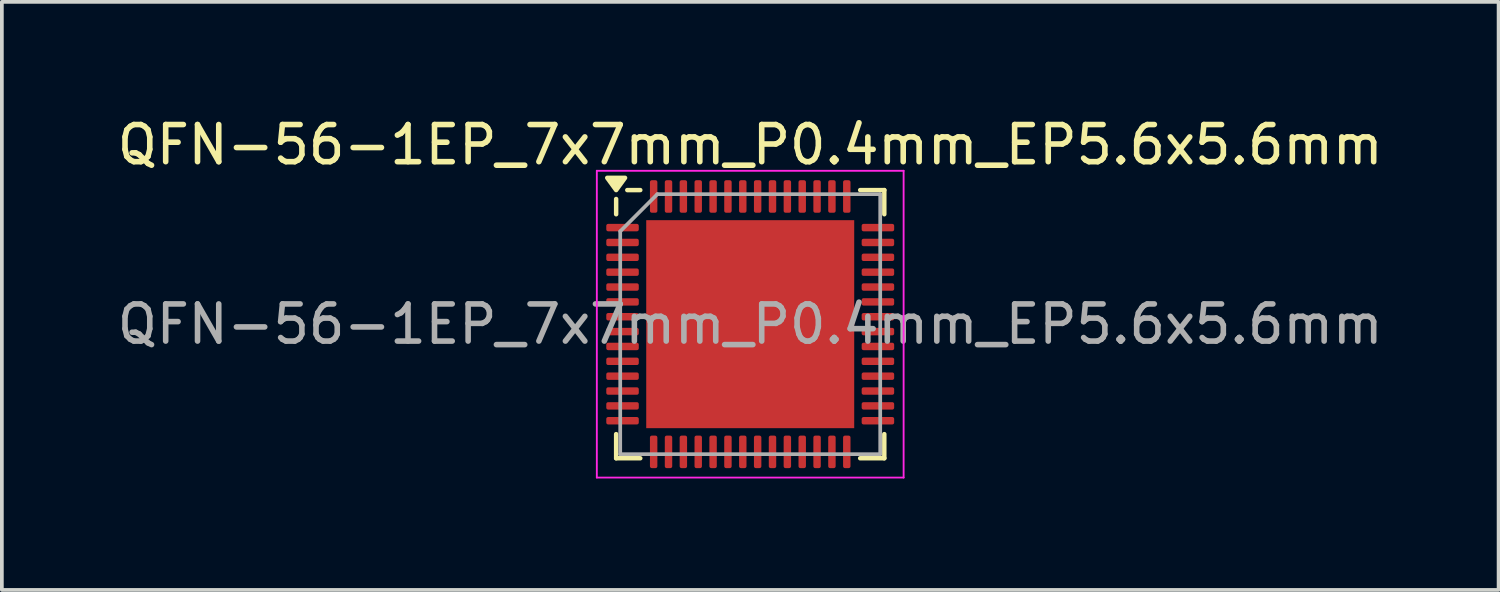
<source format=kicad_pcb>
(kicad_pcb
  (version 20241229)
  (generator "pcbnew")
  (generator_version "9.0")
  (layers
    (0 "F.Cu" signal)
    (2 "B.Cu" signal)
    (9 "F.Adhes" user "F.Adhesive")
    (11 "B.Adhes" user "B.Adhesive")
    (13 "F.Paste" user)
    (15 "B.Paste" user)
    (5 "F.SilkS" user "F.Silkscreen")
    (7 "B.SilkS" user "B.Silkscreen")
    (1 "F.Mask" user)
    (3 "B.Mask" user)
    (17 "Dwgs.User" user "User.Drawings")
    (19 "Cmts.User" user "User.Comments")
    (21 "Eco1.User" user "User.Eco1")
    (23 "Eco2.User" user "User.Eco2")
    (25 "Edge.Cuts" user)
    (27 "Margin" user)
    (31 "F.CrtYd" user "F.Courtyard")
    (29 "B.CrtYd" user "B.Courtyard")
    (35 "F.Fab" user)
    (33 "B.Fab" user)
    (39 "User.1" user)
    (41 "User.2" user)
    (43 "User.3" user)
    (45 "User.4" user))
  (footprint "QFN-56-1EP_7x7mm_P0.4mm_EP5.6x5.6mm"
    (layer "F.Cu")
    (at 17.149 5.678)
    (property "Reference" "QFN-56-1EP_7x7mm_P0.4mm_EP5.6x5.6mm" (at 0 -4.83 0) (layer "F.SilkS") (effects (font (size 1 1) (thickness 0.15))))
    (attr smd)
    (fp_line (start -3.61 -2.96) (end -3.61 -3.37) (stroke (width 0.12) (type solid)) (layer "F.SilkS"))
    (fp_line (start -3.61 3.61) (end -3.61 2.96) (stroke (width 0.12) (type solid)) (layer "F.SilkS"))
    (fp_line (start -2.96 -3.61) (end -3.31 -3.61) (stroke (width 0.12) (type solid)) (layer "F.SilkS"))
    (fp_line (start -2.96 3.61) (end -3.61 3.61) (stroke (width 0.12) (type solid)) (layer "F.SilkS"))
    (fp_line (start 2.96 -3.61) (end 3.61 -3.61) (stroke (width 0.12) (type solid)) (layer "F.SilkS"))
    (fp_line (start 2.96 3.61) (end 3.61 3.61) (stroke (width 0.12) (type solid)) (layer "F.SilkS"))
    (fp_line (start 3.61 -3.61) (end 3.61 -2.96) (stroke (width 0.12) (type solid)) (layer "F.SilkS"))
    (fp_line (start 3.61 3.61) (end 3.61 2.96) (stroke (width 0.12) (type solid)) (layer "F.SilkS"))
    (fp_poly (pts (xy -3.61 -3.61) (xy -3.85 -3.94) (xy -3.37 -3.94) (xy -3.61 -3.61)) (stroke (width 0.12) (type solid)) (fill yes) (layer "F.SilkS"))
    (fp_line (start -4.13 -4.13) (end -4.13 4.13) (stroke (width 0.05) (type solid)) (layer "F.CrtYd"))
    (fp_line (start -4.13 4.13) (end 4.13 4.13) (stroke (width 0.05) (type solid)) (layer "F.CrtYd"))
    (fp_line (start 4.13 -4.13) (end -4.13 -4.13) (stroke (width 0.05) (type solid)) (layer "F.CrtYd"))
    (fp_line (start 4.13 4.13) (end 4.13 -4.13) (stroke (width 0.05) (type solid)) (layer "F.CrtYd"))
    (fp_line (start -3.5 -2.5) (end -2.5 -3.5) (stroke (width 0.1) (type solid)) (layer "F.Fab"))
    (fp_line (start -3.5 3.5) (end -3.5 -2.5) (stroke (width 0.1) (type solid)) (layer "F.Fab"))
    (fp_line (start -2.5 -3.5) (end 3.5 -3.5) (stroke (width 0.1) (type solid)) (layer "F.Fab"))
    (fp_line (start 3.5 -3.5) (end 3.5 3.5) (stroke (width 0.1) (type solid)) (layer "F.Fab"))
    (fp_line (start 3.5 3.5) (end -3.5 3.5) (stroke (width 0.1) (type solid)) (layer "F.Fab"))
    (fp_text user "${REFERENCE}" (at 0 0 0) (layer "F.Fab") (effects (font (size 1 1) (thickness 0.15))))
    (pad "" smd roundrect (at -2.1 -2.1) (size 1.13 1.13) (layers "F.Paste") (roundrect_rratio 0.221))
    (pad "" smd roundrect (at -2.1 -0.7) (size 1.13 1.13) (layers "F.Paste") (roundrect_rratio 0.221))
    (pad "" smd roundrect (at -2.1 0.7) (size 1.13 1.13) (layers "F.Paste") (roundrect_rratio 0.221))
    (pad "" smd roundrect (at -2.1 2.1) (size 1.13 1.13) (layers "F.Paste") (roundrect_rratio 0.221))
    (pad "" smd roundrect (at -0.7 -2.1) (size 1.13 1.13) (layers "F.Paste") (roundrect_rratio 0.221))
    (pad "" smd roundrect (at -0.7 -0.7) (size 1.13 1.13) (layers "F.Paste") (roundrect_rratio 0.221))
    (pad "" smd roundrect (at -0.7 0.7) (size 1.13 1.13) (layers "F.Paste") (roundrect_rratio 0.221))
    (pad "" smd roundrect (at -0.7 2.1) (size 1.13 1.13) (layers "F.Paste") (roundrect_rratio 0.221))
    (pad "" smd roundrect (at 0.7 -2.1) (size 1.13 1.13) (layers "F.Paste") (roundrect_rratio 0.221))
    (pad "" smd roundrect (at 0.7 -0.7) (size 1.13 1.13) (layers "F.Paste") (roundrect_rratio 0.221))
    (pad "" smd roundrect (at 0.7 0.7) (size 1.13 1.13) (layers "F.Paste") (roundrect_rratio 0.221))
    (pad "" smd roundrect (at 0.7 2.1) (size 1.13 1.13) (layers "F.Paste") (roundrect_rratio 0.221))
    (pad "" smd roundrect (at 2.1 -2.1) (size 1.13 1.13) (layers "F.Paste") (roundrect_rratio 0.221))
    (pad "" smd roundrect (at 2.1 -0.7) (size 1.13 1.13) (layers "F.Paste") (roundrect_rratio 0.221))
    (pad "" smd roundrect (at 2.1 0.7) (size 1.13 1.13) (layers "F.Paste") (roundrect_rratio 0.221))
    (pad "" smd roundrect (at 2.1 2.1) (size 1.13 1.13) (layers "F.Paste") (roundrect_rratio 0.221))
    (pad "1" smd roundrect (at -3.438 -2.6) (size 0.875 0.2) (layers "F.Cu" "F.Mask" "F.Paste") (roundrect_rratio 0.25))
    (pad "2" smd roundrect (at -3.438 -2.2) (size 0.875 0.2) (layers "F.Cu" "F.Mask" "F.Paste") (roundrect_rratio 0.25))
    (pad "3" smd roundrect (at -3.438 -1.8) (size 0.875 0.2) (layers "F.Cu" "F.Mask" "F.Paste") (roundrect_rratio 0.25))
    (pad "4" smd roundrect (at -3.438 -1.4) (size 0.875 0.2) (layers "F.Cu" "F.Mask" "F.Paste") (roundrect_rratio 0.25))
    (pad "5" smd roundrect (at -3.438 -1) (size 0.875 0.2) (layers "F.Cu" "F.Mask" "F.Paste") (roundrect_rratio 0.25))
    (pad "6" smd roundrect (at -3.438 -0.6) (size 0.875 0.2) (layers "F.Cu" "F.Mask" "F.Paste") (roundrect_rratio 0.25))
    (pad "7" smd roundrect (at -3.438 -0.2) (size 0.875 0.2) (layers "F.Cu" "F.Mask" "F.Paste") (roundrect_rratio 0.25))
    (pad "8" smd roundrect (at -3.438 0.2) (size 0.875 0.2) (layers "F.Cu" "F.Mask" "F.Paste") (roundrect_rratio 0.25))
    (pad "9" smd roundrect (at -3.438 0.6) (size 0.875 0.2) (layers "F.Cu" "F.Mask" "F.Paste") (roundrect_rratio 0.25))
    (pad "10" smd roundrect (at -3.438 1) (size 0.875 0.2) (layers "F.Cu" "F.Mask" "F.Paste") (roundrect_rratio 0.25))
    (pad "11" smd roundrect (at -3.438 1.4) (size 0.875 0.2) (layers "F.Cu" "F.Mask" "F.Paste") (roundrect_rratio 0.25))
    (pad "12" smd roundrect (at -3.438 1.8) (size 0.875 0.2) (layers "F.Cu" "F.Mask" "F.Paste") (roundrect_rratio 0.25))
    (pad "13" smd roundrect (at -3.438 2.2) (size 0.875 0.2) (layers "F.Cu" "F.Mask" "F.Paste") (roundrect_rratio 0.25))
    (pad "14" smd roundrect (at -3.438 2.6) (size 0.875 0.2) (layers "F.Cu" "F.Mask" "F.Paste") (roundrect_rratio 0.25))
    (pad "15" smd roundrect (at -2.6 3.438) (size 0.2 0.875) (layers "F.Cu" "F.Mask" "F.Paste") (roundrect_rratio 0.25))
    (pad "16" smd roundrect (at -2.2 3.438) (size 0.2 0.875) (layers "F.Cu" "F.Mask" "F.Paste") (roundrect_rratio 0.25))
    (pad "17" smd roundrect (at -1.8 3.438) (size 0.2 0.875) (layers "F.Cu" "F.Mask" "F.Paste") (roundrect_rratio 0.25))
    (pad "18" smd roundrect (at -1.4 3.438) (size 0.2 0.875) (layers "F.Cu" "F.Mask" "F.Paste") (roundrect_rratio 0.25))
    (pad "19" smd roundrect (at -1 3.438) (size 0.2 0.875) (layers "F.Cu" "F.Mask" "F.Paste") (roundrect_rratio 0.25))
    (pad "20" smd roundrect (at -0.6 3.438) (size 0.2 0.875) (layers "F.Cu" "F.Mask" "F.Paste") (roundrect_rratio 0.25))
    (pad "21" smd roundrect (at -0.2 3.438) (size 0.2 0.875) (layers "F.Cu" "F.Mask" "F.Paste") (roundrect_rratio 0.25))
    (pad "22" smd roundrect (at 0.2 3.438) (size 0.2 0.875) (layers "F.Cu" "F.Mask" "F.Paste") (roundrect_rratio 0.25))
    (pad "23" smd roundrect (at 0.6 3.438) (size 0.2 0.875) (layers "F.Cu" "F.Mask" "F.Paste") (roundrect_rratio 0.25))
    (pad "24" smd roundrect (at 1 3.438) (size 0.2 0.875) (layers "F.Cu" "F.Mask" "F.Paste") (roundrect_rratio 0.25))
    (pad "25" smd roundrect (at 1.4 3.438) (size 0.2 0.875) (layers "F.Cu" "F.Mask" "F.Paste") (roundrect_rratio 0.25))
    (pad "26" smd roundrect (at 1.8 3.438) (size 0.2 0.875) (layers "F.Cu" "F.Mask" "F.Paste") (roundrect_rratio 0.25))
    (pad "27" smd roundrect (at 2.2 3.438) (size 0.2 0.875) (layers "F.Cu" "F.Mask" "F.Paste") (roundrect_rratio 0.25))
    (pad "28" smd roundrect (at 2.6 3.438) (size 0.2 0.875) (layers "F.Cu" "F.Mask" "F.Paste") (roundrect_rratio 0.25))
    (pad "29" smd roundrect (at 3.438 2.6) (size 0.875 0.2) (layers "F.Cu" "F.Mask" "F.Paste") (roundrect_rratio 0.25))
    (pad "30" smd roundrect (at 3.438 2.2) (size 0.875 0.2) (layers "F.Cu" "F.Mask" "F.Paste") (roundrect_rratio 0.25))
    (pad "31" smd roundrect (at 3.438 1.8) (size 0.875 0.2) (layers "F.Cu" "F.Mask" "F.Paste") (roundrect_rratio 0.25))
    (pad "32" smd roundrect (at 3.438 1.4) (size 0.875 0.2) (layers "F.Cu" "F.Mask" "F.Paste") (roundrect_rratio 0.25))
    (pad "33" smd roundrect (at 3.438 1) (size 0.875 0.2) (layers "F.Cu" "F.Mask" "F.Paste") (roundrect_rratio 0.25))
    (pad "34" smd roundrect (at 3.438 0.6) (size 0.875 0.2) (layers "F.Cu" "F.Mask" "F.Paste") (roundrect_rratio 0.25))
    (pad "35" smd roundrect (at 3.438 0.2) (size 0.875 0.2) (layers "F.Cu" "F.Mask" "F.Paste") (roundrect_rratio 0.25))
    (pad "36" smd roundrect (at 3.438 -0.2) (size 0.875 0.2) (layers "F.Cu" "F.Mask" "F.Paste") (roundrect_rratio 0.25))
    (pad "37" smd roundrect (at 3.438 -0.6) (size 0.875 0.2) (layers "F.Cu" "F.Mask" "F.Paste") (roundrect_rratio 0.25))
    (pad "38" smd roundrect (at 3.438 -1) (size 0.875 0.2) (layers "F.Cu" "F.Mask" "F.Paste") (roundrect_rratio 0.25))
    (pad "39" smd roundrect (at 3.438 -1.4) (size 0.875 0.2) (layers "F.Cu" "F.Mask" "F.Paste") (roundrect_rratio 0.25))
    (pad "40" smd roundrect (at 3.438 -1.8) (size 0.875 0.2) (layers "F.Cu" "F.Mask" "F.Paste") (roundrect_rratio 0.25))
    (pad "41" smd roundrect (at 3.438 -2.2) (size 0.875 0.2) (layers "F.Cu" "F.Mask" "F.Paste") (roundrect_rratio 0.25))
    (pad "42" smd roundrect (at 3.438 -2.6) (size 0.875 0.2) (layers "F.Cu" "F.Mask" "F.Paste") (roundrect_rratio 0.25))
    (pad "43" smd roundrect (at 2.6 -3.438) (size 0.2 0.875) (layers "F.Cu" "F.Mask" "F.Paste") (roundrect_rratio 0.25))
    (pad "44" smd roundrect (at 2.2 -3.438) (size 0.2 0.875) (layers "F.Cu" "F.Mask" "F.Paste") (roundrect_rratio 0.25))
    (pad "45" smd roundrect (at 1.8 -3.438) (size 0.2 0.875) (layers "F.Cu" "F.Mask" "F.Paste") (roundrect_rratio 0.25))
    (pad "46" smd roundrect (at 1.4 -3.438) (size 0.2 0.875) (layers "F.Cu" "F.Mask" "F.Paste") (roundrect_rratio 0.25))
    (pad "47" smd roundrect (at 1 -3.438) (size 0.2 0.875) (layers "F.Cu" "F.Mask" "F.Paste") (roundrect_rratio 0.25))
    (pad "48" smd roundrect (at 0.6 -3.438) (size 0.2 0.875) (layers "F.Cu" "F.Mask" "F.Paste") (roundrect_rratio 0.25))
    (pad "49" smd roundrect (at 0.2 -3.438) (size 0.2 0.875) (layers "F.Cu" "F.Mask" "F.Paste") (roundrect_rratio 0.25))
    (pad "50" smd roundrect (at -0.2 -3.438) (size 0.2 0.875) (layers "F.Cu" "F.Mask" "F.Paste") (roundrect_rratio 0.25))
    (pad "51" smd roundrect (at -0.6 -3.438) (size 0.2 0.875) (layers "F.Cu" "F.Mask" "F.Paste") (roundrect_rratio 0.25))
    (pad "52" smd roundrect (at -1 -3.438) (size 0.2 0.875) (layers "F.Cu" "F.Mask" "F.Paste") (roundrect_rratio 0.25))
    (pad "53" smd roundrect (at -1.4 -3.438) (size 0.2 0.875) (layers "F.Cu" "F.Mask" "F.Paste") (roundrect_rratio 0.25))
    (pad "54" smd roundrect (at -1.8 -3.438) (size 0.2 0.875) (layers "F.Cu" "F.Mask" "F.Paste") (roundrect_rratio 0.25))
    (pad "55" smd roundrect (at -2.2 -3.438) (size 0.2 0.875) (layers "F.Cu" "F.Mask" "F.Paste") (roundrect_rratio 0.25))
    (pad "56" smd roundrect (at -2.6 -3.438) (size 0.2 0.875) (layers "F.Cu" "F.Mask" "F.Paste") (roundrect_rratio 0.25))
    (pad "57" smd rect (at 0 0) (size 5.6 5.6) (property pad_prop_heatsink) (layers "F.Cu" "F.Mask")))
  (gr_rect
    (start -3 -3)
    (end 37.298 12.833)
    (stroke (width 0.1) (type default))
    (fill no)
    (layer "Edge.Cuts")))
</source>
